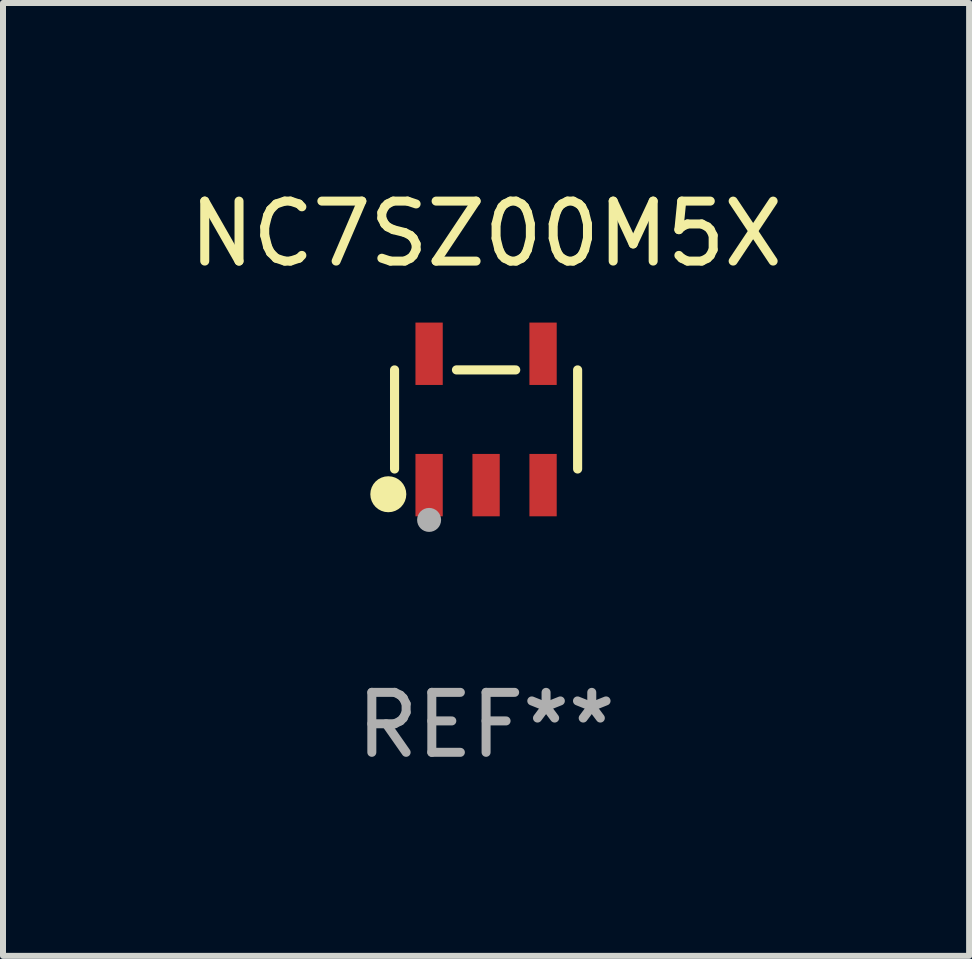
<source format=kicad_pcb>
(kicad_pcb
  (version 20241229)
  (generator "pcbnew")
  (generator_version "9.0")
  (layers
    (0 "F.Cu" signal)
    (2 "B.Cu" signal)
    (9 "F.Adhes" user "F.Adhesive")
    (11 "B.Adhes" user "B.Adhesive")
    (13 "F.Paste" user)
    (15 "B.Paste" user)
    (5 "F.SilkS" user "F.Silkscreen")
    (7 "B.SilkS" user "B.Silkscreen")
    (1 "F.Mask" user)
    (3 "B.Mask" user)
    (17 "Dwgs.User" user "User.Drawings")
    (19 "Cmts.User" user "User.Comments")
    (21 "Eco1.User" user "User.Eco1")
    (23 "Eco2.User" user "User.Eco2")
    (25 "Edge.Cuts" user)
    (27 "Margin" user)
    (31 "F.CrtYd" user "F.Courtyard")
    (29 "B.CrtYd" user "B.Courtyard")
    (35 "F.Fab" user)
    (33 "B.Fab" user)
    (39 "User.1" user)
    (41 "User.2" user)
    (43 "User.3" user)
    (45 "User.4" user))
  (footprint "NC7SZ00M5X"
    (layer "F.Cu")
    (at 5.054 3.943)
    (property "Reference" "NC7SZ00M5X" (at 0 -3.095 0) (layer "F.SilkS") (effects (font (size 1 1) (thickness 0.15))))
    (attr through_hole)
    (fp_line (start -1.526 0.826) (end -1.526 -0.826) (stroke (width 0.152) (type solid)) (layer "F.SilkS"))
    (fp_line (start 0.494 -0.826) (end -0.494 -0.826) (stroke (width 0.152) (type solid)) (layer "F.SilkS"))
    (fp_line (start 1.526 0.826) (end 1.526 -0.826) (stroke (width 0.152) (type solid)) (layer "F.SilkS"))
    (fp_circle (center -1.63 1.247) (end -1.48 1.247) (stroke (width 0.3) (type solid)) (fill no) (layer "F.SilkS"))
    (fp_circle (center -1.45 1.375) (end -1.42 1.375) (stroke (width 0.06) (type solid)) (fill no) (layer "F.SilkS"))
    (fp_circle (center -0.95 1.675) (end -0.85 1.675) (stroke (width 0.2) (type solid)) (fill no) (layer "F.Fab"))
    (fp_text user "REF**" (at 0 5.095 0) (layer "F.Fab") (effects (font (size 1 1) (thickness 0.15))))
    (pad "1" smd rect (at -0.95 1.095) (size 0.455 1.04) (layers "F.Cu" "F.Mask" "F.Paste"))
    (pad "2" smd rect (at 0 1.095) (size 0.455 1.04) (layers "F.Cu" "F.Mask" "F.Paste"))
    (pad "3" smd rect (at 0.95 1.095) (size 0.455 1.04) (layers "F.Cu" "F.Mask" "F.Paste"))
    (pad "4" smd rect (at 0.95 -1.095) (size 0.455 1.04) (layers "F.Cu" "F.Mask" "F.Paste"))
    (pad "5" smd rect (at -0.95 -1.095) (size 0.455 1.04) (layers "F.Cu" "F.Mask" "F.Paste")))
  (gr_rect
    (start -3 -3)
    (end 13.107 12.886)
    (stroke (width 0.1) (type default))
    (fill no)
    (layer "Edge.Cuts")))
</source>
